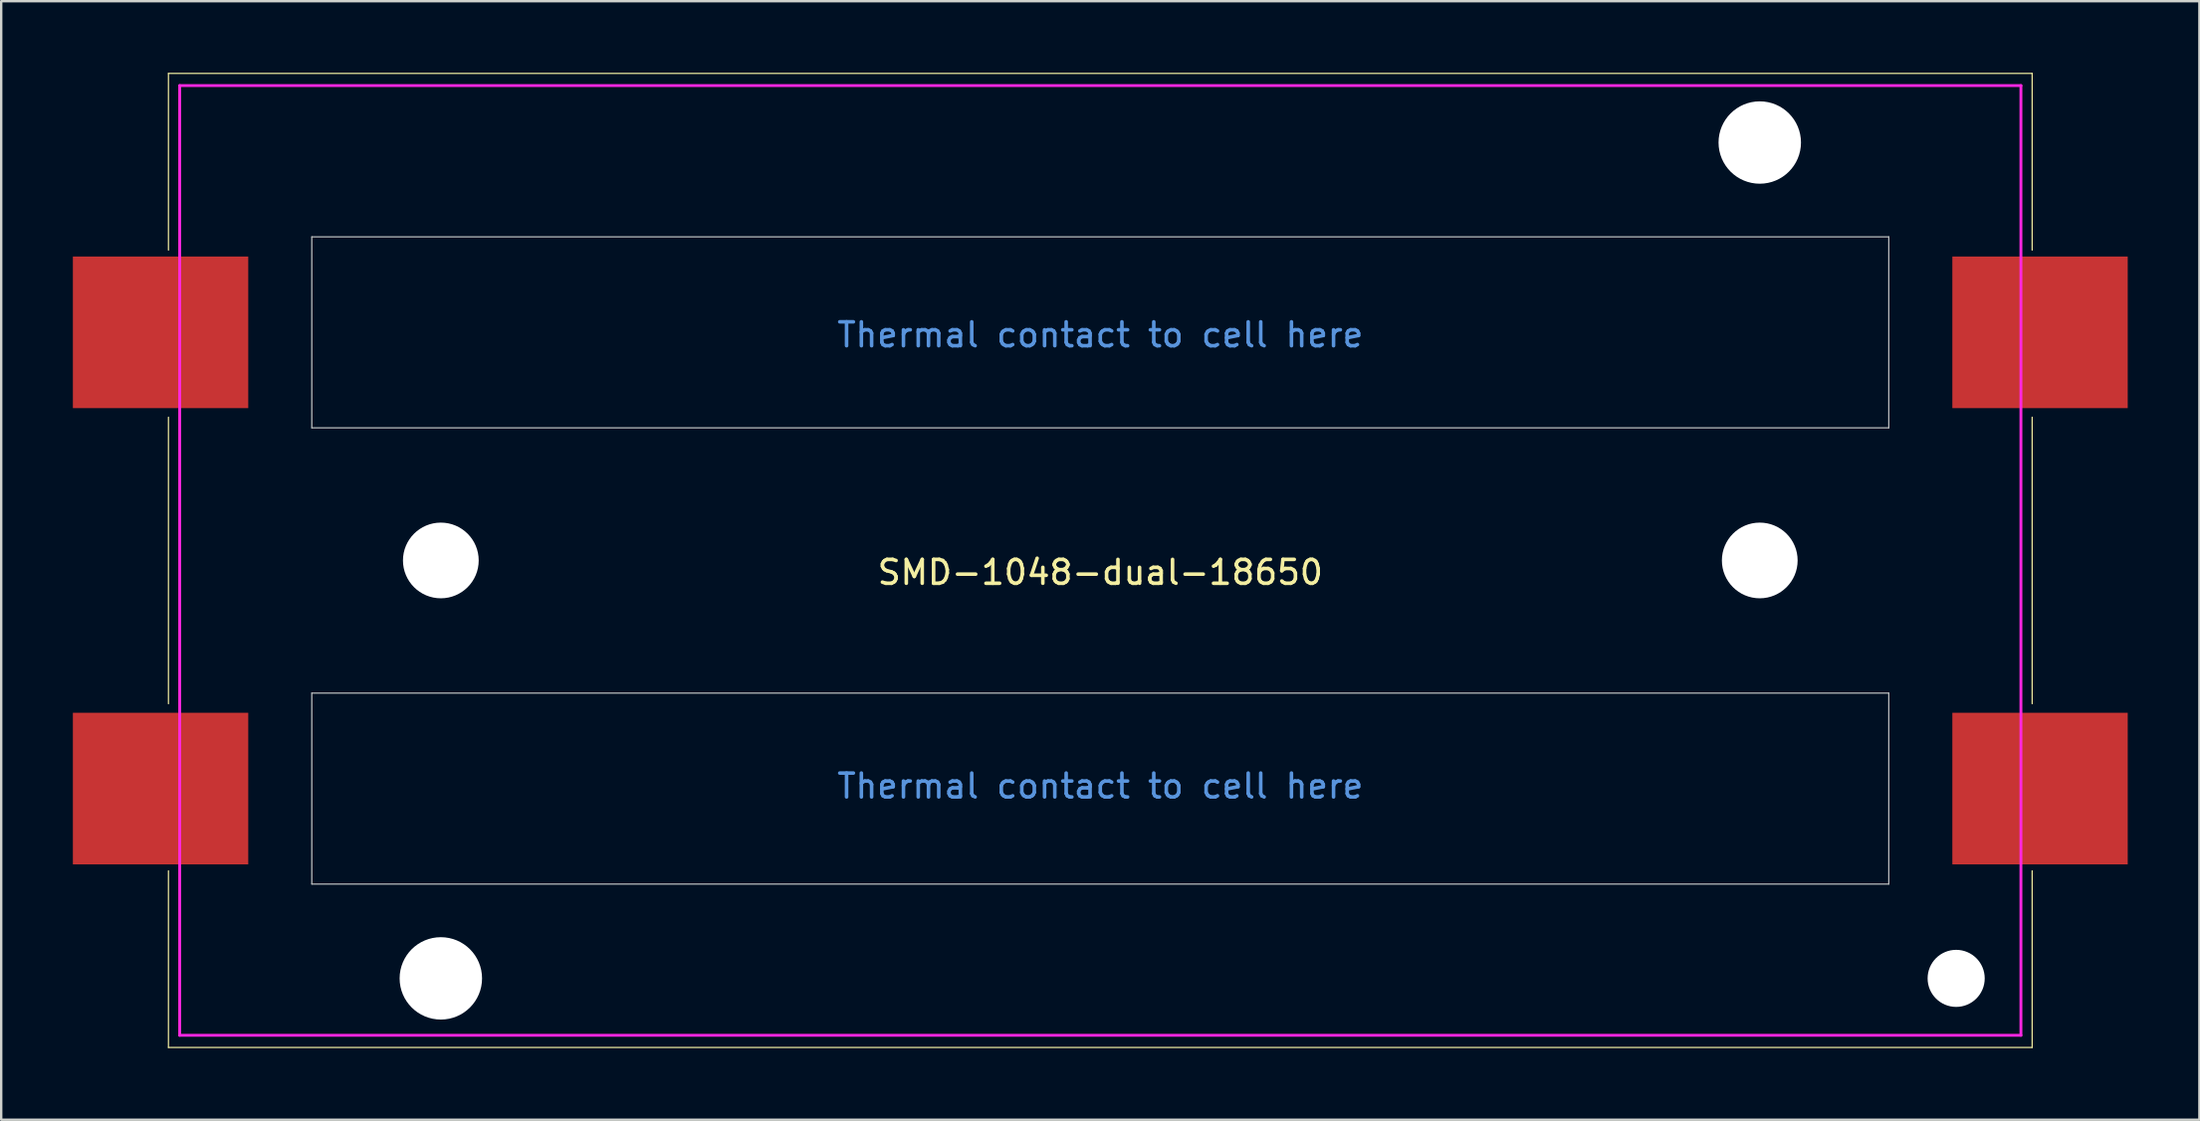
<source format=kicad_pcb>
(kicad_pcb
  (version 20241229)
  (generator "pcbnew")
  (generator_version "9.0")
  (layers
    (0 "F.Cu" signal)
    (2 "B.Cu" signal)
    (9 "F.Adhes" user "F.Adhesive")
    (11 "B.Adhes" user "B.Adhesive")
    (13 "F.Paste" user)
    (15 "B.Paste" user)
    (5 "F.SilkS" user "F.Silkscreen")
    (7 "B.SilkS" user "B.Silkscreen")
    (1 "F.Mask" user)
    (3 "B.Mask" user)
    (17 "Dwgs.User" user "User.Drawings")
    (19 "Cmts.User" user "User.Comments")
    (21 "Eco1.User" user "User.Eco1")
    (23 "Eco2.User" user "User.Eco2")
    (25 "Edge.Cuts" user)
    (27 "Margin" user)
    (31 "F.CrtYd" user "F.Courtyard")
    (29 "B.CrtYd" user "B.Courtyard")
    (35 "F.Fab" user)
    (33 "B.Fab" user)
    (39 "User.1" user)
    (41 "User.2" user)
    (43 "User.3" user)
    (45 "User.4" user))
  (footprint "SMD-1048-dual-18650"
    (layer "F.Cu")
    (at 43 20.425)
    (property "Reference" "SMD-1048-dual-18650" (at 0 0.5 0) (layer "F.SilkS") (effects (font (size 1 1) (thickness 0.15))))
    (attr through_hole)
    (fp_line (start -39 -20.4) (end 39 -20.4) (stroke (width 0.05) (type solid)) (layer "F.SilkS"))
    (fp_line (start -39 -13) (end -39 -20.4) (stroke (width 0.05) (type solid)) (layer "F.SilkS"))
    (fp_line (start -39 -6) (end -39 6) (stroke (width 0.05) (type solid)) (layer "F.SilkS"))
    (fp_line (start -39 20.4) (end -39 13) (stroke (width 0.05) (type solid)) (layer "F.SilkS"))
    (fp_line (start 39 -20.4) (end 39 -13) (stroke (width 0.05) (type solid)) (layer "F.SilkS"))
    (fp_line (start 39 6) (end 39 -6) (stroke (width 0.05) (type solid)) (layer "F.SilkS"))
    (fp_line (start 39 13) (end 39 20.4) (stroke (width 0.05) (type solid)) (layer "F.SilkS"))
    (fp_line (start 39 20.4) (end -39 20.4) (stroke (width 0.05) (type solid)) (layer "F.SilkS"))
    (fp_line (start -33 -13.555) (end -33 -5.555) (stroke (width 0.05) (type solid)) (layer "Dwgs.User"))
    (fp_line (start -33 -13.555) (end 33 -13.555) (stroke (width 0.05) (type solid)) (layer "Dwgs.User"))
    (fp_line (start -33 -5.555) (end 33 -5.555) (stroke (width 0.05) (type solid)) (layer "Dwgs.User"))
    (fp_line (start -33 13.555) (end -33 5.555) (stroke (width 0.05) (type solid)) (layer "Dwgs.User"))
    (fp_line (start 33 -13.555) (end 33 -5.555) (stroke (width 0.05) (type solid)) (layer "Dwgs.User"))
    (fp_line (start 33 5.555) (end -33 5.555) (stroke (width 0.05) (type solid)) (layer "Dwgs.User"))
    (fp_line (start 33 13.555) (end -33 13.555) (stroke (width 0.05) (type solid)) (layer "Dwgs.User"))
    (fp_line (start 33 13.555) (end 33 5.555) (stroke (width 0.05) (type solid)) (layer "Dwgs.User"))
    (fp_line (start -38.53 19.89) (end -38.53 -19.89) (stroke (width 0.12) (type solid)) (layer "F.CrtYd"))
    (fp_line (start 38.53 -19.89) (end -38.53 -19.89) (stroke (width 0.12) (type solid)) (layer "F.CrtYd"))
    (fp_line (start 38.53 19.89) (end -38.53 19.89) (stroke (width 0.12) (type solid)) (layer "F.CrtYd"))
    (fp_line (start 38.53 19.89) (end 38.53 -19.89) (stroke (width 0.12) (type solid)) (layer "F.CrtYd"))
    (fp_text user "Thermal contact to cell here" (at 0 9.45 180) (layer "Cmts.User") (effects (font (size 1 1) (thickness 0.15))))
    (fp_text user "Thermal contact to cell here" (at 0 -9.45 0) (layer "Cmts.User") (effects (font (size 1 1) (thickness 0.15))))
    (pad "" np_thru_hole circle (at -27.6 0) (size 3.17 3.17) (drill 3.17) (layers "*.Cu" "*.Mask"))
    (pad "" np_thru_hole circle (at -27.6 17.505) (size 3.45 3.45) (drill 3.45) (layers "*.Cu" "*.Mask"))
    (pad "" np_thru_hole circle (at 27.6 -17.505) (size 3.45 3.45) (drill 3.45) (layers "*.Cu" "*.Mask"))
    (pad "" np_thru_hole circle (at 27.6 0) (size 3.17 3.17) (drill 3.17) (layers "*.Cu" "*.Mask"))
    (pad "" np_thru_hole circle (at 35.82 17.505) (size 2.39 2.39) (drill 2.39) (layers "*.Cu" "*.Mask"))
    (pad "1" smd rect (at -39.33 -9.555) (size 7.34 6.35) (layers "F.Cu" "F.Mask" "F.Paste"))
    (pad "2" smd rect (at 39.33 -9.555) (size 7.34 6.35) (layers "F.Cu" "F.Mask" "F.Paste"))
    (pad "3" smd rect (at 39.33 9.555) (size 7.34 6.35) (layers "F.Cu" "F.Mask" "F.Paste"))
    (pad "4" smd rect (at -39.33 9.555) (size 7.34 6.35) (layers "F.Cu" "F.Mask" "F.Paste")))
  (gr_rect
    (start -3 -3)
    (end 89 43.85)
    (stroke (width 0.1) (type default))
    (fill no)
    (layer "Edge.Cuts")))
</source>
